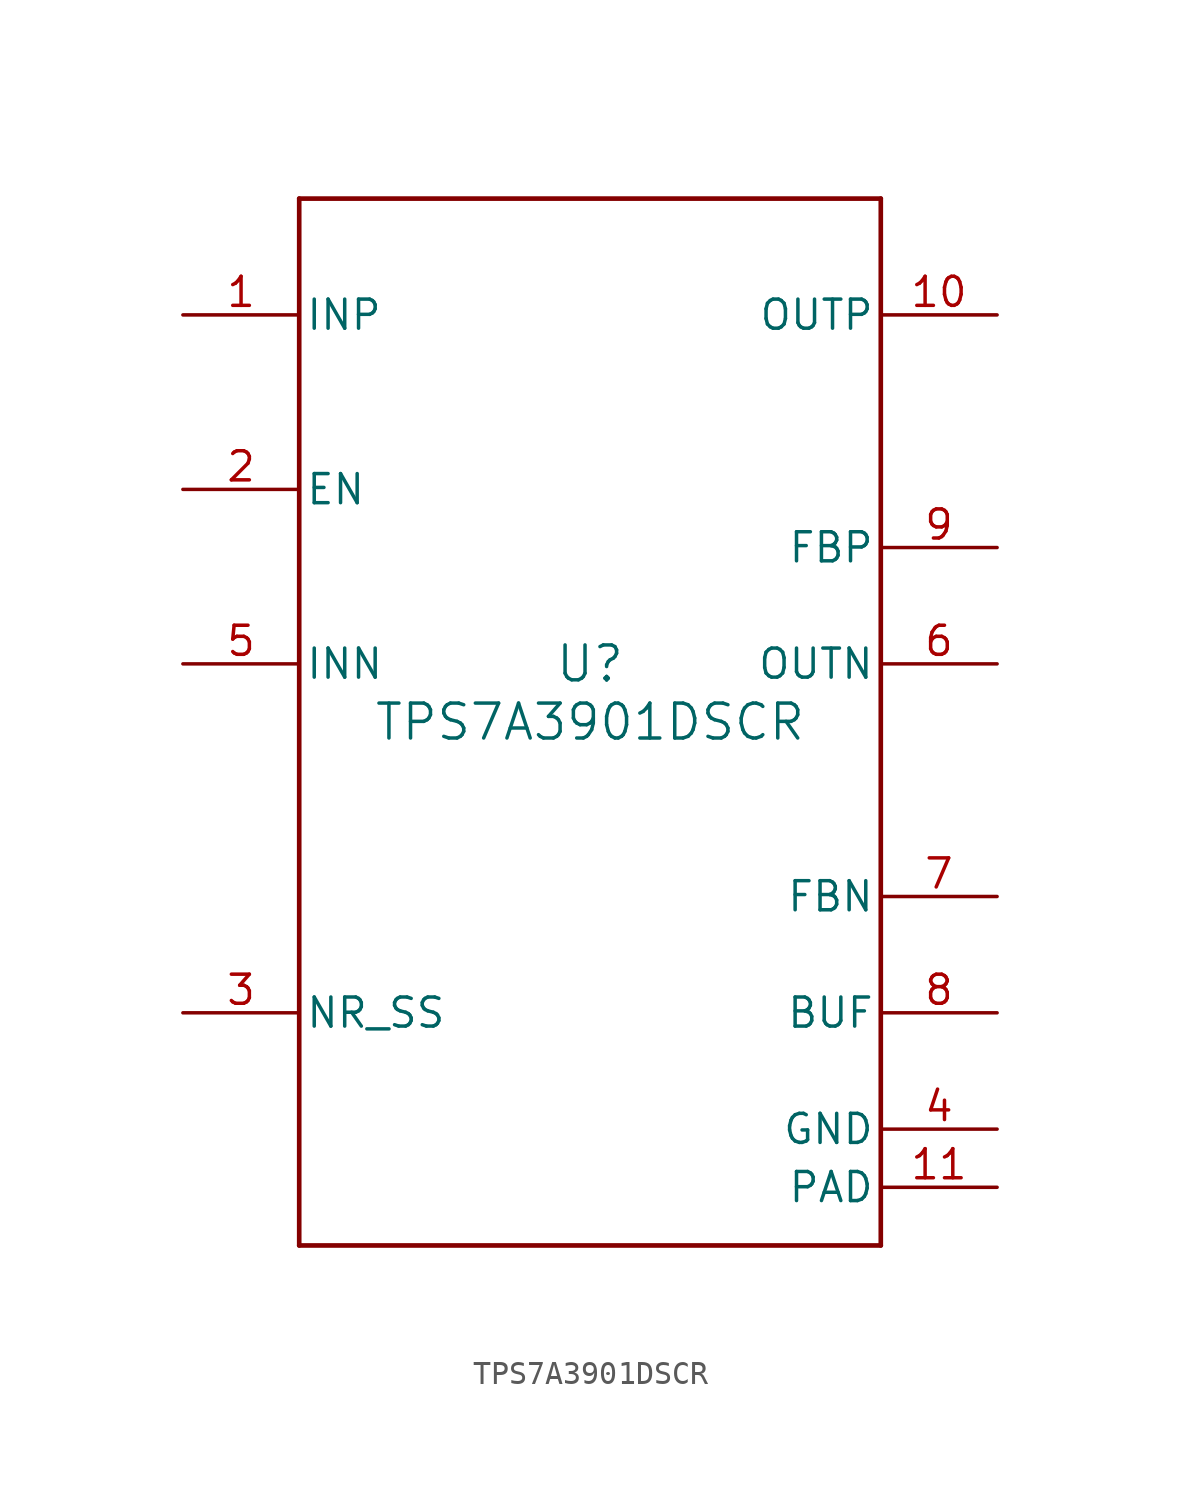
<source format=kicad_sym>
(kicad_symbol_lib
  (version 20211014)
  (generator kicad_symbol_editor)
  (symbol "TPS7A3901DSCR"
    (pin_names
      (offset 0.254))
    (property "Reference" "U"
      (at 0 2.54 0)
      (effects (font (size 1.524 1.524))))
    (property "Value" "TPS7A3901DSCR"
      (at 0 0 0)
      (effects (font (size 1.524 1.524))))
    (symbol "TPS7A3901DSCR_0_1"
      (polyline (pts (xy -12.7 -22.86) (xy 12.7 -22.86)) (stroke (width 0.203) (type default) (color 0 0 0 0)) (fill (type none)))
      (polyline (pts (xy 12.7 -22.86) (xy 12.7 22.86)) (stroke (width 0.203) (type default) (color 0 0 0 0)) (fill (type none)))
      (polyline (pts (xy 12.7 22.86) (xy -12.7 22.86)) (stroke (width 0.203) (type default) (color 0 0 0 0)) (fill (type none)))
      (polyline (pts (xy -12.7 22.86) (xy -12.7 -22.86)) (stroke (width 0.203) (type default) (color 0 0 0 0)) (fill (type none)))
      (pin input line (at -17.78 17.78 0) (length 5.08) (name "INP" (effects (font (size 1.27 1.27)))) (number "1" (effects (font (size 1.27 1.27)))))
      (pin input line (at -17.78 10.16 0) (length 5.08) (name "EN" (effects (font (size 1.27 1.27)))) (number "2" (effects (font (size 1.27 1.27)))))
      (pin input line (at -17.78 -12.7 0) (length 5.08) (name "NR_SS" (effects (font (size 1.27 1.27)))) (number "3" (effects (font (size 1.27 1.27)))))
      (pin power_in line (at 17.78 -17.78 180) (length 5.08) (name "GND" (effects (font (size 1.27 1.27)))) (number "4" (effects (font (size 1.27 1.27)))))
      (pin input line (at -17.78 2.54 0) (length 5.08) (name "INN" (effects (font (size 1.27 1.27)))) (number "5" (effects (font (size 1.27 1.27)))))
      (pin power_in line (at 17.78 2.54 180) (length 5.08) (name "OUTN" (effects (font (size 1.27 1.27)))) (number "6" (effects (font (size 1.27 1.27)))))
      (pin input line (at 17.78 -7.62 180) (length 5.08) (name "FBN" (effects (font (size 1.27 1.27)))) (number "7" (effects (font (size 1.27 1.27)))))
      (pin output line (at 17.78 -12.7 180) (length 5.08) (name "BUF" (effects (font (size 1.27 1.27)))) (number "8" (effects (font (size 1.27 1.27)))))
      (pin input line (at 17.78 7.62 180) (length 5.08) (name "FBP" (effects (font (size 1.27 1.27)))) (number "9" (effects (font (size 1.27 1.27)))))
      (pin power_in line (at 17.78 17.78 180) (length 5.08) (name "OUTP" (effects (font (size 1.27 1.27)))) (number "10" (effects (font (size 1.27 1.27)))))
      (pin power_in line (at 17.78 -20.32 180) (length 5.08) (name "PAD" (effects (font (size 1.27 1.27)))) (number "11" (effects (font (size 1.27 1.27))))))))
</source>
